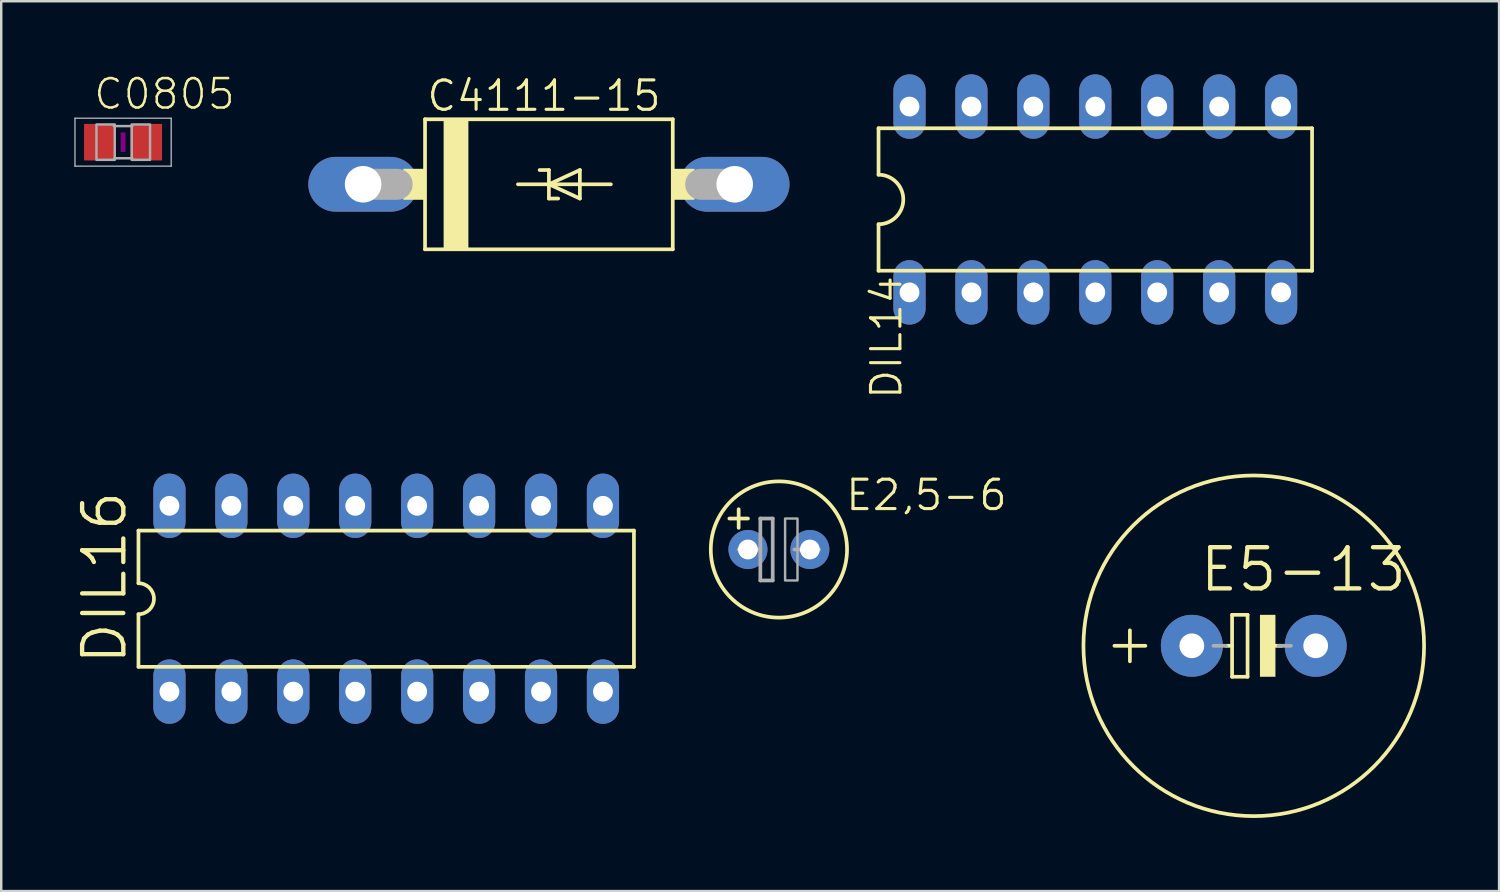
<source format=kicad_pcb>
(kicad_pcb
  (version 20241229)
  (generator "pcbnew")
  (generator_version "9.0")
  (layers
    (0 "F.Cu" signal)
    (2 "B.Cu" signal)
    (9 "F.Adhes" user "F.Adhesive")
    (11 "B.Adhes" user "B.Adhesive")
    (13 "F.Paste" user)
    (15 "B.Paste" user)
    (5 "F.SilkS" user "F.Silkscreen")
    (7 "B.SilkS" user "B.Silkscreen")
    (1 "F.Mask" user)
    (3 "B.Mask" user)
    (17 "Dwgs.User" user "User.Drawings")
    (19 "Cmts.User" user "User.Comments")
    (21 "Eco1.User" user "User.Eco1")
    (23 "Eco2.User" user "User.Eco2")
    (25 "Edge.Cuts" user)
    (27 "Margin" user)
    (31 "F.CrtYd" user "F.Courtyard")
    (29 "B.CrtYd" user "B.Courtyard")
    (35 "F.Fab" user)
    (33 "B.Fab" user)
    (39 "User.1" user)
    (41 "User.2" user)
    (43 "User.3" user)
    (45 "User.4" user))
  (footprint "C0805"
    (layer "F.Cu")
    (at 1.998 2.781)
    (property "Reference" "C0805" (at -1.27 -1.27 0) (layer "F.SilkS") (effects (font (size 1.206 1.206) (thickness 0.102)) (justify left bottom)))
    (attr through_hole)
    (fp_poly (pts (xy -0.1 0.4) (xy 0.1 0.4) (xy 0.1 -0.4) (xy -0.1 -0.4)) (stroke (width 0) (type solid)) (fill yes) (layer "F.Adhes"))
    (fp_line (start -1.973 -0.983) (end 1.973 -0.983) (stroke (width 0.051) (type solid)) (layer "Dwgs.User"))
    (fp_line (start -1.973 0.983) (end -1.973 -0.983) (stroke (width 0.051) (type solid)) (layer "Dwgs.User"))
    (fp_line (start 1.973 -0.983) (end 1.973 0.983) (stroke (width 0.051) (type solid)) (layer "Dwgs.User"))
    (fp_line (start 1.973 0.983) (end -1.973 0.983) (stroke (width 0.051) (type solid)) (layer "Dwgs.User"))
    (fp_line (start -0.381 -0.66) (end 0.381 -0.66) (stroke (width 0.102) (type solid)) (layer "F.Fab"))
    (fp_line (start -0.356 0.66) (end 0.381 0.66) (stroke (width 0.102) (type solid)) (layer "F.Fab"))
    (fp_poly (pts (xy -1.092 0.724) (xy -0.342 0.724) (xy -0.342 -0.726) (xy -1.092 -0.726)) (stroke (width 0.1) (type solid)) (fill no) (layer "F.Fab"))
    (fp_poly (pts (xy 0.356 0.724) (xy 1.106 0.724) (xy 1.106 -0.726) (xy 0.356 -0.726)) (stroke (width 0.1) (type solid)) (fill no) (layer "F.Fab"))
    (pad "1" smd rect (at -0.95 0) (size 1.3 1.5) (layers "F.Cu" "F.Mask" "F.Paste"))
    (pad "2" smd rect (at 0.95 0) (size 1.3 1.5) (layers "F.Cu" "F.Mask" "F.Paste")))
  (footprint "DIL14"
    (layer "F.Cu")
    (at 41.871 5.131)
    (property "Reference" "DIL14" (at -9.271 3.048 90) (layer "F.SilkS") (effects (font (size 1.206 1.206) (thickness 0.127)) (justify right top)))
    (attr through_hole)
    (fp_line (start -8.89 -2.921) (end -8.89 -1.016) (stroke (width 0.152) (type solid)) (layer "F.SilkS"))
    (fp_line (start -8.89 2.921) (end -8.89 1.016) (stroke (width 0.152) (type solid)) (layer "F.SilkS"))
    (fp_line (start -8.89 2.921) (end 8.89 2.921) (stroke (width 0.152) (type solid)) (layer "F.SilkS"))
    (fp_line (start 8.89 -2.921) (end -8.89 -2.921) (stroke (width 0.152) (type solid)) (layer "F.SilkS"))
    (fp_line (start 8.89 -2.921) (end 8.89 2.921) (stroke (width 0.152) (type solid)) (layer "F.SilkS"))
    (fp_arc (start -8.89 -1.016) (mid -7.874 0) (end -8.89 1.016) (stroke (width 0.1524) (type solid)) (layer "F.SilkS"))
    (pad "1" thru_hole oval (at -7.62 3.81 90) (size 2.642 1.321) (drill 0.813) (layers "*.Cu" "*.Mask"))
    (pad "2" thru_hole oval (at -5.08 3.81 90) (size 2.642 1.321) (drill 0.813) (layers "*.Cu" "*.Mask"))
    (pad "3" thru_hole oval (at -2.54 3.81 90) (size 2.642 1.321) (drill 0.813) (layers "*.Cu" "*.Mask"))
    (pad "4" thru_hole oval (at 0 3.81 90) (size 2.642 1.321) (drill 0.813) (layers "*.Cu" "*.Mask"))
    (pad "5" thru_hole oval (at 2.54 3.81 90) (size 2.642 1.321) (drill 0.813) (layers "*.Cu" "*.Mask"))
    (pad "6" thru_hole oval (at 5.08 3.81 90) (size 2.642 1.321) (drill 0.813) (layers "*.Cu" "*.Mask"))
    (pad "7" thru_hole oval (at 7.62 3.81 90) (size 2.642 1.321) (drill 0.813) (layers "*.Cu" "*.Mask"))
    (pad "8" thru_hole oval (at 7.62 -3.81 90) (size 2.642 1.321) (drill 0.813) (layers "*.Cu" "*.Mask"))
    (pad "9" thru_hole oval (at 5.08 -3.81 90) (size 2.642 1.321) (drill 0.813) (layers "*.Cu" "*.Mask"))
    (pad "10" thru_hole oval (at 2.54 -3.81 90) (size 2.642 1.321) (drill 0.813) (layers "*.Cu" "*.Mask"))
    (pad "11" thru_hole oval (at 0 -3.81 90) (size 2.642 1.321) (drill 0.813) (layers "*.Cu" "*.Mask"))
    (pad "12" thru_hole oval (at -2.54 -3.81 90) (size 2.642 1.321) (drill 0.813) (layers "*.Cu" "*.Mask"))
    (pad "13" thru_hole oval (at -5.08 -3.81 90) (size 2.642 1.321) (drill 0.813) (layers "*.Cu" "*.Mask"))
    (pad "14" thru_hole oval (at -7.62 -3.81 90) (size 2.642 1.321) (drill 0.813) (layers "*.Cu" "*.Mask")))
  (footprint "DIL16"
    (layer "F.Cu")
    (at 12.789 21.505)
    (property "Reference" "DIL16" (at -10.566 2.794 90) (layer "F.SilkS") (effects (font (size 1.689 1.689) (thickness 0.178)) (justify left bottom)))
    (attr through_hole)
    (fp_line (start -10.16 -2.794) (end -10.16 -0.635) (stroke (width 0.152) (type solid)) (layer "F.SilkS"))
    (fp_line (start -10.16 0.635) (end -10.16 2.794) (stroke (width 0.152) (type solid)) (layer "F.SilkS"))
    (fp_line (start -10.16 2.794) (end 10.16 2.794) (stroke (width 0.152) (type solid)) (layer "F.SilkS"))
    (fp_line (start 10.16 -2.794) (end -10.16 -2.794) (stroke (width 0.152) (type solid)) (layer "F.SilkS"))
    (fp_line (start 10.16 2.794) (end 10.16 -2.794) (stroke (width 0.152) (type solid)) (layer "F.SilkS"))
    (fp_arc (start -10.16 -0.635) (mid -9.525 0) (end -10.16 0.635) (stroke (width 0.1524) (type solid)) (layer "F.SilkS"))
    (pad "1" thru_hole oval (at -8.89 3.81 90) (size 2.642 1.321) (drill 0.813) (layers "*.Cu" "*.Mask"))
    (pad "2" thru_hole oval (at -6.35 3.81 90) (size 2.642 1.321) (drill 0.813) (layers "*.Cu" "*.Mask"))
    (pad "3" thru_hole oval (at -3.81 3.81 90) (size 2.642 1.321) (drill 0.813) (layers "*.Cu" "*.Mask"))
    (pad "4" thru_hole oval (at -1.27 3.81 90) (size 2.642 1.321) (drill 0.813) (layers "*.Cu" "*.Mask"))
    (pad "5" thru_hole oval (at 1.27 3.81 90) (size 2.642 1.321) (drill 0.813) (layers "*.Cu" "*.Mask"))
    (pad "6" thru_hole oval (at 3.81 3.81 90) (size 2.642 1.321) (drill 0.813) (layers "*.Cu" "*.Mask"))
    (pad "7" thru_hole oval (at 6.35 3.81 90) (size 2.642 1.321) (drill 0.813) (layers "*.Cu" "*.Mask"))
    (pad "8" thru_hole oval (at 8.89 3.81 90) (size 2.642 1.321) (drill 0.813) (layers "*.Cu" "*.Mask"))
    (pad "9" thru_hole oval (at 8.89 -3.81 90) (size 2.642 1.321) (drill 0.813) (layers "*.Cu" "*.Mask"))
    (pad "10" thru_hole oval (at 6.35 -3.81 90) (size 2.642 1.321) (drill 0.813) (layers "*.Cu" "*.Mask"))
    (pad "11" thru_hole oval (at 3.81 -3.81 90) (size 2.642 1.321) (drill 0.813) (layers "*.Cu" "*.Mask"))
    (pad "12" thru_hole oval (at 1.27 -3.81 90) (size 2.642 1.321) (drill 0.813) (layers "*.Cu" "*.Mask"))
    (pad "13" thru_hole oval (at -1.27 -3.81 90) (size 2.642 1.321) (drill 0.813) (layers "*.Cu" "*.Mask"))
    (pad "14" thru_hole oval (at -3.81 -3.81 90) (size 2.642 1.321) (drill 0.813) (layers "*.Cu" "*.Mask"))
    (pad "15" thru_hole oval (at -6.35 -3.81 90) (size 2.642 1.321) (drill 0.813) (layers "*.Cu" "*.Mask"))
    (pad "16" thru_hole oval (at -8.89 -3.81 90) (size 2.642 1.321) (drill 0.813) (layers "*.Cu" "*.Mask")))
  (footprint "E5-13"
    (layer "F.Cu")
    (at 48.37 23.436)
    (property "Reference" "E5-13" (at 6.375 -4.115 0) (layer "F.SilkS") (effects (font (size 1.689 1.689) (thickness 0.178)) (justify right top)))
    (attr through_hole)
    (fp_line (start -5.715 0) (end -4.445 0) (stroke (width 0.152) (type solid)) (layer "F.SilkS"))
    (fp_line (start -5.08 0.635) (end -5.08 -0.635) (stroke (width 0.152) (type solid)) (layer "F.SilkS"))
    (fp_line (start -1.143 0) (end -0.889 0) (stroke (width 0.152) (type solid)) (layer "F.SilkS"))
    (fp_line (start -0.889 -1.27) (end -0.889 0) (stroke (width 0.152) (type solid)) (layer "F.SilkS"))
    (fp_line (start -0.889 0) (end -0.889 1.27) (stroke (width 0.152) (type solid)) (layer "F.SilkS"))
    (fp_line (start -0.889 1.27) (end -0.254 1.27) (stroke (width 0.152) (type solid)) (layer "F.SilkS"))
    (fp_line (start -0.254 -1.27) (end -0.889 -1.27) (stroke (width 0.152) (type solid)) (layer "F.SilkS"))
    (fp_line (start -0.254 1.27) (end -0.254 -1.27) (stroke (width 0.152) (type solid)) (layer "F.SilkS"))
    (fp_line (start 0.635 0) (end 1.143 0) (stroke (width 0.152) (type solid)) (layer "F.SilkS"))
    (fp_circle (center 0 0) (end 6.985 0) (stroke (width 0.152) (type solid)) (fill no) (layer "F.SilkS"))
    (fp_poly (pts (xy 0.254 1.27) (xy 0.889 1.27) (xy 0.889 -1.27) (xy 0.254 -1.27)) (stroke (width 0) (type solid)) (fill yes) (layer "F.SilkS"))
    (fp_line (start -1.651 0) (end -1.143 0) (stroke (width 0.152) (type solid)) (layer "F.Fab"))
    (fp_line (start 1.016 0) (end 1.524 0) (stroke (width 0.152) (type solid)) (layer "F.Fab"))
    (pad "+" thru_hole circle (at -2.54 0) (size 2.54 2.54) (drill 1.016) (layers "*.Cu" "*.Mask"))
    (pad "-" thru_hole circle (at 2.54 0) (size 2.54 2.54) (drill 1.016) (layers "*.Cu" "*.Mask")))
  (footprint "E2,5-6"
    (layer "F.Cu")
    (at 28.895 19.486)
    (property "Reference" "E2,5-6" (at 2.667 -1.524 0) (layer "F.SilkS") (effects (font (size 1.206 1.206) (thickness 0.127)) (justify left bottom)))
    (attr through_hole)
    (fp_line (start -2.032 -1.27) (end -1.651 -1.27) (stroke (width 0.152) (type solid)) (layer "F.SilkS"))
    (fp_line (start -1.651 -1.27) (end -1.651 -1.651) (stroke (width 0.152) (type solid)) (layer "F.SilkS"))
    (fp_line (start -1.651 -1.27) (end -1.27 -1.27) (stroke (width 0.152) (type solid)) (layer "F.SilkS"))
    (fp_line (start -1.651 -0.889) (end -1.651 -1.27) (stroke (width 0.152) (type solid)) (layer "F.SilkS"))
    (fp_circle (center 0 0) (end 2.794 0) (stroke (width 0.152) (type solid)) (fill no) (layer "F.SilkS"))
    (fp_line (start -1.651 0) (end -0.762 0) (stroke (width 0.152) (type solid)) (layer "F.Fab"))
    (fp_line (start -0.762 -1.27) (end -0.762 0) (stroke (width 0.152) (type solid)) (layer "F.Fab"))
    (fp_line (start -0.762 0) (end -0.762 1.27) (stroke (width 0.152) (type solid)) (layer "F.Fab"))
    (fp_line (start -0.762 1.27) (end -0.254 1.27) (stroke (width 0.152) (type solid)) (layer "F.Fab"))
    (fp_line (start -0.254 -1.27) (end -0.762 -1.27) (stroke (width 0.152) (type solid)) (layer "F.Fab"))
    (fp_line (start -0.254 1.27) (end -0.254 -1.27) (stroke (width 0.152) (type solid)) (layer "F.Fab"))
    (fp_line (start 0.635 0) (end 1.651 0) (stroke (width 0.152) (type solid)) (layer "F.Fab"))
    (fp_poly (pts (xy 0.254 1.27) (xy 0.762 1.27) (xy 0.762 -1.27) (xy 0.254 -1.27)) (stroke (width 0.1) (type solid)) (fill no) (layer "F.Fab"))
    (pad "+" thru_hole circle (at -1.27 0) (size 1.6 1.6) (drill 0.813) (layers "*.Cu" "*.Mask"))
    (pad "-" thru_hole circle (at 1.27 0) (size 1.6 1.6) (drill 0.813) (layers "*.Cu" "*.Mask")))
  (footprint "C4111-15"
    (layer "F.Cu")
    (at 19.462 4.508)
    (property "Reference" "C4111-15" (at -5.08 -2.921 0) (layer "F.SilkS") (effects (font (size 1.206 1.206) (thickness 0.127)) (justify left bottom)))
    (attr through_hole)
    (fp_line (start -5.08 -2.667) (end 5.08 -2.667) (stroke (width 0.152) (type solid)) (layer "F.SilkS"))
    (fp_line (start -5.08 2.667) (end -5.08 -2.667) (stroke (width 0.152) (type solid)) (layer "F.SilkS"))
    (fp_line (start -1.27 0) (end 0 0) (stroke (width 0.152) (type solid)) (layer "F.SilkS"))
    (fp_line (start -0.381 -0.584) (end 0 -0.584) (stroke (width 0.152) (type solid)) (layer "F.SilkS"))
    (fp_line (start 0 -0.584) (end 0 0) (stroke (width 0.152) (type solid)) (layer "F.SilkS"))
    (fp_line (start 0 0) (end 0 0.584) (stroke (width 0.152) (type solid)) (layer "F.SilkS"))
    (fp_line (start 0 0) (end 1.27 -0.584) (stroke (width 0.152) (type solid)) (layer "F.SilkS"))
    (fp_line (start 0 0) (end 2.54 0) (stroke (width 0.152) (type solid)) (layer "F.SilkS"))
    (fp_line (start 0 0.584) (end 0.381 0.584) (stroke (width 0.152) (type solid)) (layer "F.SilkS"))
    (fp_line (start 1.27 -0.584) (end 1.27 0.584) (stroke (width 0.152) (type solid)) (layer "F.SilkS"))
    (fp_line (start 1.27 0.584) (end 0 0) (stroke (width 0.152) (type solid)) (layer "F.SilkS"))
    (fp_line (start 5.08 -2.667) (end 5.08 2.667) (stroke (width 0.152) (type solid)) (layer "F.SilkS"))
    (fp_line (start 5.08 2.667) (end -5.08 2.667) (stroke (width 0.152) (type solid)) (layer "F.SilkS"))
    (fp_poly (pts (xy -5.969 0.635) (xy -5.08 0.635) (xy -5.08 -0.635) (xy -5.969 -0.635)) (stroke (width 0) (type solid)) (fill yes) (layer "F.SilkS"))
    (fp_poly (pts (xy -4.318 2.667) (xy -3.302 2.667) (xy -3.302 -2.667) (xy -4.318 -2.667)) (stroke (width 0) (type solid)) (fill yes) (layer "F.SilkS"))
    (fp_poly (pts (xy 5.08 0.635) (xy 5.969 0.635) (xy 5.969 -0.635) (xy 5.08 -0.635)) (stroke (width 0) (type solid)) (fill yes) (layer "F.SilkS"))
    (fp_line (start -7.62 0) (end -6.223 0) (stroke (width 1.27) (type solid)) (layer "F.Fab"))
    (fp_line (start 7.62 0) (end 6.223 0) (stroke (width 1.27) (type solid)) (layer "F.Fab"))
    (pad "A" thru_hole oval (at 7.62 0) (size 4.496 2.248) (drill 1.499) (layers "*.Cu" "*.Mask"))
    (pad "C" thru_hole oval (at -7.62 0) (size 4.496 2.248) (drill 1.499) (layers "*.Cu" "*.Mask")))
  (gr_rect
    (start -3 -3)
    (end 58.431 33.497)
    (stroke (width 0.1) (type default))
    (fill no)
    (layer "Edge.Cuts")))
</source>
